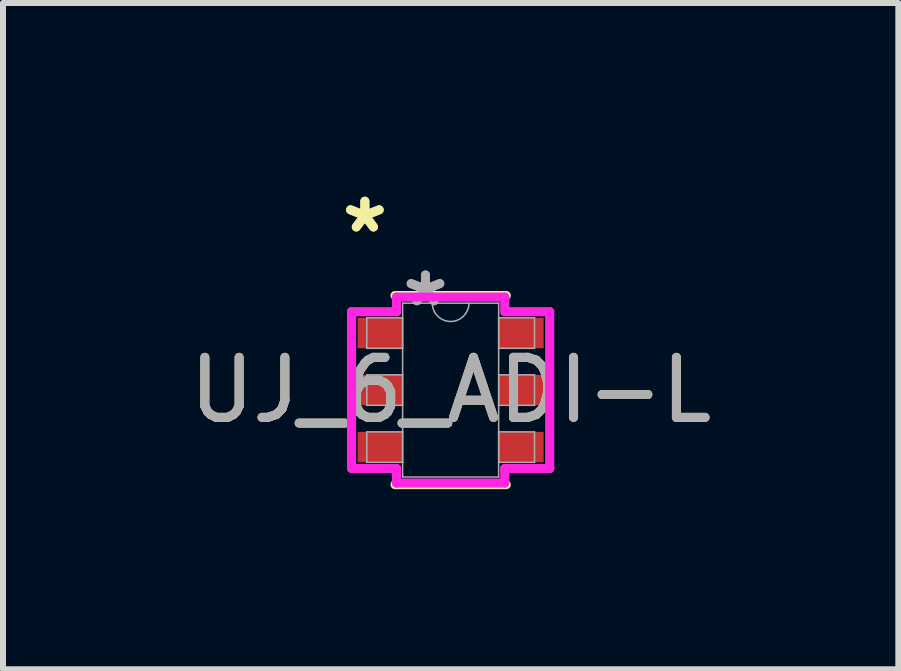
<source format=kicad_pcb>
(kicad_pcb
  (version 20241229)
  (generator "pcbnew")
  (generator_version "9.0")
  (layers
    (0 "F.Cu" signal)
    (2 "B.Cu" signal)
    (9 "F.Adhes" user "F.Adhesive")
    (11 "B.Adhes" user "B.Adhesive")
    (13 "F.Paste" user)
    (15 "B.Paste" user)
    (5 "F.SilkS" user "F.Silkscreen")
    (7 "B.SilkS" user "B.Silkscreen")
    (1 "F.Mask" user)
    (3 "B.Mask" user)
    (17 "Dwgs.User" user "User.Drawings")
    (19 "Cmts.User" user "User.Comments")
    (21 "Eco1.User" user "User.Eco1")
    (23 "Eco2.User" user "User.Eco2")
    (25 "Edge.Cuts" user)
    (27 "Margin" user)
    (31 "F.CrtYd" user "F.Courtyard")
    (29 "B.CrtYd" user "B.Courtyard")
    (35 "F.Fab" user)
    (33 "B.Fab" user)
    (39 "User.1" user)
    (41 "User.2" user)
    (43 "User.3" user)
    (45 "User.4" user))
  (footprint "UJ_6_ADI-L"
    (layer "F.Cu")
    (at 4.458 3.449)
    (property "Reference" "UJ_6_ADI-L" (at 0 0 0) (unlocked yes) (layer "F.SilkS") (effects (font (size 1 1) (thickness 0.15))))
    (attr smd)
    (fp_line (start -0.927 1.575) (end 0.927 1.575) (stroke (width 0.152) (type solid)) (layer "F.SilkS"))
    (fp_line (start 0.927 -1.575) (end -0.927 -1.575) (stroke (width 0.152) (type solid)) (layer "F.SilkS"))
    (fp_line (start -1.651 -1.306) (end -0.902 -1.306) (stroke (width 0.152) (type solid)) (layer "F.CrtYd"))
    (fp_line (start -1.651 1.306) (end -1.651 -1.306) (stroke (width 0.152) (type solid)) (layer "F.CrtYd"))
    (fp_line (start -1.651 1.306) (end -0.902 1.306) (stroke (width 0.152) (type solid)) (layer "F.CrtYd"))
    (fp_line (start -0.902 -1.549) (end 0.902 -1.549) (stroke (width 0.152) (type solid)) (layer "F.CrtYd"))
    (fp_line (start -0.902 -1.306) (end -0.902 -1.549) (stroke (width 0.152) (type solid)) (layer "F.CrtYd"))
    (fp_line (start -0.902 1.549) (end -0.902 1.306) (stroke (width 0.152) (type solid)) (layer "F.CrtYd"))
    (fp_line (start 0.902 -1.549) (end 0.902 -1.306) (stroke (width 0.152) (type solid)) (layer "F.CrtYd"))
    (fp_line (start 0.902 1.306) (end 0.902 1.549) (stroke (width 0.152) (type solid)) (layer "F.CrtYd"))
    (fp_line (start 0.902 1.549) (end -0.902 1.549) (stroke (width 0.152) (type solid)) (layer "F.CrtYd"))
    (fp_line (start 1.651 -1.306) (end 0.902 -1.306) (stroke (width 0.152) (type solid)) (layer "F.CrtYd"))
    (fp_line (start 1.651 -1.306) (end 1.651 1.306) (stroke (width 0.152) (type solid)) (layer "F.CrtYd"))
    (fp_line (start 1.651 1.306) (end 0.902 1.306) (stroke (width 0.152) (type solid)) (layer "F.CrtYd"))
    (fp_line (start -1.397 -1.204) (end -1.397 -0.696) (stroke (width 0.025) (type solid)) (layer "F.Fab"))
    (fp_line (start -1.397 -0.696) (end -0.8 -0.696) (stroke (width 0.025) (type solid)) (layer "F.Fab"))
    (fp_line (start -1.397 -0.254) (end -1.397 0.254) (stroke (width 0.025) (type solid)) (layer "F.Fab"))
    (fp_line (start -1.397 0.254) (end -0.8 0.254) (stroke (width 0.025) (type solid)) (layer "F.Fab"))
    (fp_line (start -1.397 0.696) (end -1.397 1.204) (stroke (width 0.025) (type solid)) (layer "F.Fab"))
    (fp_line (start -1.397 1.204) (end -0.8 1.204) (stroke (width 0.025) (type solid)) (layer "F.Fab"))
    (fp_line (start -0.8 -1.448) (end -0.8 1.448) (stroke (width 0.025) (type solid)) (layer "F.Fab"))
    (fp_line (start -0.8 -1.204) (end -1.397 -1.204) (stroke (width 0.025) (type solid)) (layer "F.Fab"))
    (fp_line (start -0.8 -0.696) (end -0.8 -1.204) (stroke (width 0.025) (type solid)) (layer "F.Fab"))
    (fp_line (start -0.8 -0.254) (end -1.397 -0.254) (stroke (width 0.025) (type solid)) (layer "F.Fab"))
    (fp_line (start -0.8 0.254) (end -0.8 -0.254) (stroke (width 0.025) (type solid)) (layer "F.Fab"))
    (fp_line (start -0.8 0.696) (end -1.397 0.696) (stroke (width 0.025) (type solid)) (layer "F.Fab"))
    (fp_line (start -0.8 1.204) (end -0.8 0.696) (stroke (width 0.025) (type solid)) (layer "F.Fab"))
    (fp_line (start -0.8 1.448) (end 0.8 1.448) (stroke (width 0.025) (type solid)) (layer "F.Fab"))
    (fp_line (start 0.8 -1.448) (end -0.8 -1.448) (stroke (width 0.025) (type solid)) (layer "F.Fab"))
    (fp_line (start 0.8 -1.204) (end 0.8 -0.696) (stroke (width 0.025) (type solid)) (layer "F.Fab"))
    (fp_line (start 0.8 -0.696) (end 1.397 -0.696) (stroke (width 0.025) (type solid)) (layer "F.Fab"))
    (fp_line (start 0.8 -0.254) (end 0.8 0.254) (stroke (width 0.025) (type solid)) (layer "F.Fab"))
    (fp_line (start 0.8 0.254) (end 1.397 0.254) (stroke (width 0.025) (type solid)) (layer "F.Fab"))
    (fp_line (start 0.8 0.696) (end 0.8 1.204) (stroke (width 0.025) (type solid)) (layer "F.Fab"))
    (fp_line (start 0.8 1.204) (end 1.397 1.204) (stroke (width 0.025) (type solid)) (layer "F.Fab"))
    (fp_line (start 0.8 1.448) (end 0.8 -1.448) (stroke (width 0.025) (type solid)) (layer "F.Fab"))
    (fp_line (start 1.397 -1.204) (end 0.8 -1.204) (stroke (width 0.025) (type solid)) (layer "F.Fab"))
    (fp_line (start 1.397 -0.696) (end 1.397 -1.204) (stroke (width 0.025) (type solid)) (layer "F.Fab"))
    (fp_line (start 1.397 -0.254) (end 0.8 -0.254) (stroke (width 0.025) (type solid)) (layer "F.Fab"))
    (fp_line (start 1.397 0.254) (end 1.397 -0.254) (stroke (width 0.025) (type solid)) (layer "F.Fab"))
    (fp_line (start 1.397 0.696) (end 0.8 0.696) (stroke (width 0.025) (type solid)) (layer "F.Fab"))
    (fp_line (start 1.397 1.204) (end 1.397 0.696) (stroke (width 0.025) (type solid)) (layer "F.Fab"))
    (fp_arc (start 0.3048 -1.4478) (mid 0 -1.143) (end -0.3048 -1.4478) (stroke (width 0.0254) (type solid)) (layer "F.Fab"))
    (fp_text user "*" (at -1.429 -2.601 0) (unlocked yes) (layer "F.SilkS") (effects (font (size 1 1) (thickness 0.15))))
    (fp_text user "*" (at -1.429 -2.601 0) (layer "F.SilkS") (effects (font (size 1 1) (thickness 0.15))))
    (fp_text user "*" (at -0.419 -1.372 0) (unlocked yes) (layer "F.Fab") (effects (font (size 1 1) (thickness 0.15))))
    (fp_text user "${REFERENCE}" (at 0 0 0) (unlocked yes) (layer "F.Fab") (effects (font (size 1 1) (thickness 0.15))))
    (fp_text user "*" (at -0.419 -1.372 0) (layer "F.Fab") (effects (font (size 1 1) (thickness 0.15))))
    (pad "1" smd rect (at -1.175 -0.95) (size 0.749 0.508) (layers "F.Cu" "F.Mask" "F.Paste"))
    (pad "2" smd rect (at -1.175 0) (size 0.749 0.508) (layers "F.Cu" "F.Mask" "F.Paste"))
    (pad "3" smd rect (at -1.175 0.95) (size 0.749 0.508) (layers "F.Cu" "F.Mask" "F.Paste"))
    (pad "4" smd rect (at 1.175 0.95) (size 0.749 0.508) (layers "F.Cu" "F.Mask" "F.Paste"))
    (pad "5" smd rect (at 1.175 0) (size 0.749 0.508) (layers "F.Cu" "F.Mask" "F.Paste"))
    (pad "6" smd rect (at 1.175 -0.95) (size 0.749 0.508) (layers "F.Cu" "F.Mask" "F.Paste")))
  (gr_rect
    (start -3 -3)
    (end 11.917 8.1)
    (stroke (width 0.1) (type default))
    (fill no)
    (layer "Edge.Cuts")))
</source>
